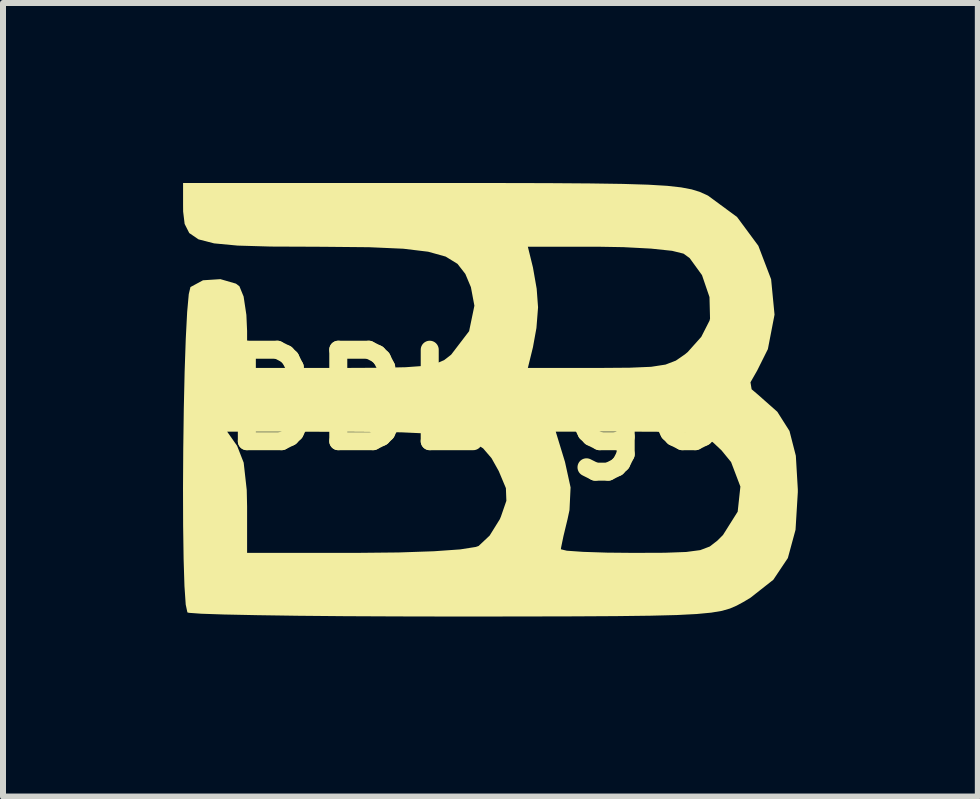
<source format=kicad_pcb>
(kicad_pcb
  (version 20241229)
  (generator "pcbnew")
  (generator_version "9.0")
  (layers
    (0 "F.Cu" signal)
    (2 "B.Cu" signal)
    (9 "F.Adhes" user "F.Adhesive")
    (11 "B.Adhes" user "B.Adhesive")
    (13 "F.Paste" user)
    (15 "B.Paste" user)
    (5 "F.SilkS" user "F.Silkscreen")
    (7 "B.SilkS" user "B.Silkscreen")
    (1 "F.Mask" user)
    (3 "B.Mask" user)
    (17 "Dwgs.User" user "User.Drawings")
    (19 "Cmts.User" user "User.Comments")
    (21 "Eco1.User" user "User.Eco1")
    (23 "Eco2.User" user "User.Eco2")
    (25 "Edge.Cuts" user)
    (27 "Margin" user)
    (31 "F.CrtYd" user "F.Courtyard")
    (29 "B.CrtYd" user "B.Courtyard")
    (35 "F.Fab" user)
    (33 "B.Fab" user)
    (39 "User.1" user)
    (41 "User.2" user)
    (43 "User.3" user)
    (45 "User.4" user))
  (footprint "BBLogo"
    (layer "F.Cu")
    (at 4.91 3.613)
    (property "Reference" "BBLogo" (at 0 0 0) (layer "F.SilkS") (effects (font (size 1.524 1.524) (thickness 0.3))))
    (attr board_only exclude_from_pos_files exclude_from_bom)
    (fp_poly (pts (xy 0.314 -3.613) (xy 1.18 -3.611) (xy 1.875 -3.606) (xy 2.422 -3.598) (xy 2.843 -3.585) (xy 3.16 -3.566) (xy 3.393 -3.54) (xy 3.566 -3.507) (xy 3.7 -3.466) (xy 3.816 -3.414) (xy 3.84 -3.402) (xy 4.323 -3.047) (xy 4.678 -2.567) (xy 4.891 -2.009) (xy 4.948 -1.419) (xy 4.837 -0.845) (xy 4.659 -0.488) (xy 4.547 -0.292) (xy 4.566 -0.176) (xy 4.673 -0.085) (xy 4.994 0.199) (xy 5.197 0.519) (xy 5.303 0.932) (xy 5.336 1.492) (xy 5.336 1.54) (xy 5.298 2.166) (xy 5.17 2.637) (xy 4.928 2.999) (xy 4.548 3.298) (xy 4.426 3.371) (xy 4.317 3.43) (xy 4.206 3.478) (xy 4.072 3.517) (xy 3.893 3.547) (xy 3.649 3.57) (xy 3.318 3.587) (xy 2.879 3.598) (xy 2.311 3.605) (xy 1.593 3.609) (xy 0.704 3.611) (xy -0.378 3.612) (xy -0.382 3.612) (xy -1.33 3.61) (xy -2.21 3.606) (xy -3.001 3.599) (xy -3.679 3.589) (xy -4.222 3.578) (xy -4.607 3.565) (xy -4.811 3.55) (xy -4.837 3.543) (xy -4.865 3.412) (xy -4.886 3.103) (xy -4.9 2.654) (xy -4.908 2.098) (xy -4.91 1.472) (xy -4.906 0.812) (xy -4.902 0.531) (xy -4.174 0.531) (xy -4.008 0.768) (xy -3.899 1.047) (xy -3.848 1.503) (xy -3.842 1.777) (xy -3.842 2.551) (xy -2.021 2.551) (xy -1.315 2.544) (xy -0.729 2.524) (xy -0.291 2.493) (xy -0.03 2.452) (xy 0.016 2.436) (xy 0.2 2.263) (xy 0.369 1.991) (xy 0.387 1.949) (xy 0.479 1.683) (xy 0.471 1.472) (xy 0.357 1.2) (xy 0.352 1.188) (xy 0.231 0.972) (xy 0.091 0.809) (xy -0.098 0.692) (xy -0.368 0.614) (xy -0.748 0.566) (xy -1.27 0.542) (xy -1.963 0.534) (xy -2.274 0.533) (xy -4.174 0.531) (xy 1.302 0.531) (xy 1.456 1.036) (xy 1.549 1.46) (xy 1.531 1.837) (xy 1.499 1.987) (xy 1.43 2.273) (xy 1.391 2.462) (xy 1.387 2.491) (xy 1.487 2.515) (xy 1.758 2.534) (xy 2.157 2.547) (xy 2.595 2.551) (xy 3.119 2.549) (xy 3.475 2.536) (xy 3.71 2.505) (xy 3.868 2.445) (xy 3.995 2.347) (xy 4.089 2.253) (xy 4.334 1.864) (xy 4.379 1.446) (xy 4.224 1.038) (xy 4.064 0.842) (xy 3.922 0.709) (xy 3.787 0.62) (xy 3.613 0.567) (xy 3.353 0.541) (xy 2.962 0.532) (xy 2.527 0.531) (xy 1.302 0.531) (xy -4.174 0.531) (xy -4.902 0.531) (xy -4.897 0.153) (xy -4.883 -0.469) (xy -4.864 -1.02) (xy -4.841 -1.462) (xy -4.814 -1.762) (xy -4.786 -1.879) (xy -4.577 -1.992) (xy -4.287 -2.011) (xy -4.028 -1.936) (xy -3.97 -1.892) (xy -3.9 -1.721) (xy -3.854 -1.415) (xy -3.842 -1.148) (xy -3.842 -0.531) (xy -2.261 -0.531) (xy 0.837 -0.531) (xy 2.011 -0.531) (xy 2.534 -0.535) (xy 2.891 -0.55) (xy 3.131 -0.587) (xy 3.303 -0.653) (xy 3.454 -0.757) (xy 3.501 -0.796) (xy 3.727 -1.049) (xy 3.865 -1.32) (xy 3.873 -1.354) (xy 3.864 -1.712) (xy 3.739 -2.078) (xy 3.533 -2.362) (xy 3.431 -2.436) (xy 3.24 -2.483) (xy 2.889 -2.52) (xy 2.432 -2.544) (xy 2.026 -2.551) (xy 0.837 -2.551) (xy 0.922 -2.205) (xy 0.984 -1.851) (xy 1.007 -1.541) (xy 0.98 -1.197) (xy 0.922 -0.877) (xy 0.837 -0.531) (xy -2.261 -0.531) (xy -1.643 -0.534) (xy -1.201 -0.543) (xy -0.897 -0.565) (xy -0.696 -0.603) (xy -0.559 -0.661) (xy -0.449 -0.746) (xy -0.44 -0.754) (xy -0.142 -1.144) (xy -0.054 -1.568) (xy -0.112 -1.877) (xy -0.205 -2.098) (xy -0.336 -2.266) (xy -0.533 -2.387) (xy -0.824 -2.468) (xy -1.239 -2.518) (xy -1.805 -2.543) (xy -2.551 -2.55) (xy -2.709 -2.551) (xy -3.447 -2.554) (xy -3.999 -2.57) (xy -4.392 -2.607) (xy -4.652 -2.674) (xy -4.806 -2.779) (xy -4.883 -2.931) (xy -4.908 -3.138) (xy -4.909 -3.249) (xy -4.909 -3.613) (xy -0.743 -3.613)) (stroke (width 0) (type solid)) (fill yes) (layer "F.SilkS")))
  (gr_rect
    (start -3 -3)
    (end 13.246 10.225)
    (stroke (width 0.1) (type default))
    (fill no)
    (layer "Edge.Cuts")))
</source>
